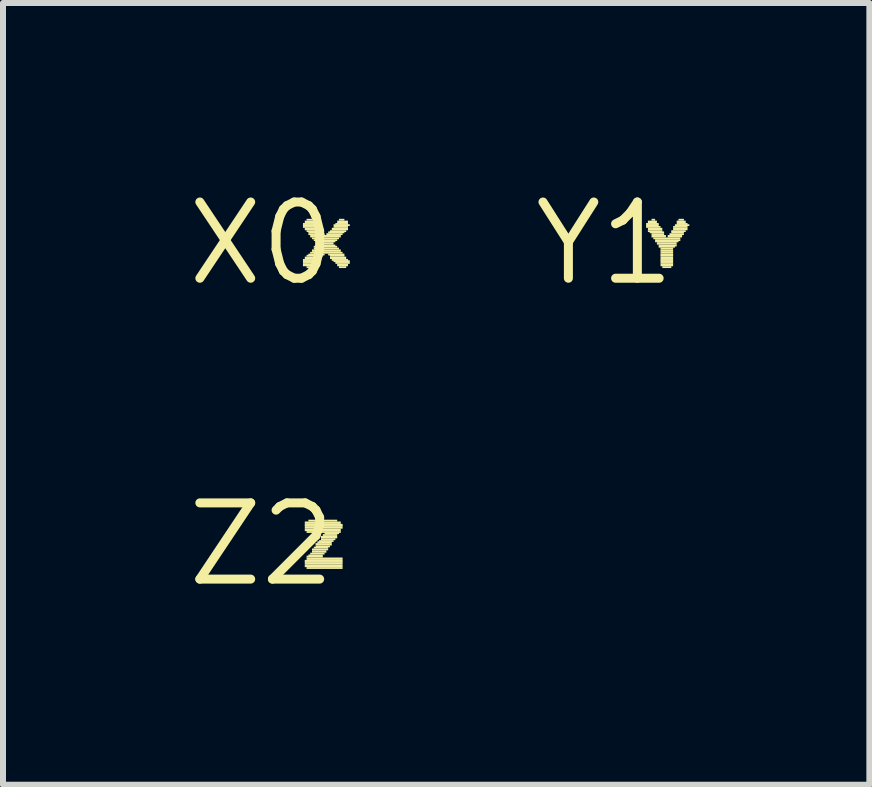
<source format=kicad_pcb>
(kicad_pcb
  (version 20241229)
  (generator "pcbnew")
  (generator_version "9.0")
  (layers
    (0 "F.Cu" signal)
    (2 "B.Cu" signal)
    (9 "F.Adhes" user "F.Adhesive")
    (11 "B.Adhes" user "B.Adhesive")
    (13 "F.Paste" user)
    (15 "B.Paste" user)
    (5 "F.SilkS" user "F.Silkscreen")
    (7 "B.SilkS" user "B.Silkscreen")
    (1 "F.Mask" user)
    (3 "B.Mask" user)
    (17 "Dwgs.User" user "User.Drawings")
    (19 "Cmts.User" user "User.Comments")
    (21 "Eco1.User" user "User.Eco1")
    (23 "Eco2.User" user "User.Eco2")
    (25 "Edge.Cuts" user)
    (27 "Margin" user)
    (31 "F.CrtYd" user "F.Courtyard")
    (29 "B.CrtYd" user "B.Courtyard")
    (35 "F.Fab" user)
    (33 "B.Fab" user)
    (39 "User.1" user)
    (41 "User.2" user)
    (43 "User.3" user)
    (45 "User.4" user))
  (footprint "Z2"
    (layer "F.Cu")
    (at 1.308 6.019)
    (property "Reference" "Z2" (at 0 0 0) (layer "F.SilkS") (effects (font (size 1.27 1.27) (thickness 0.15))))
    (fp_poly (pts (xy 0.72 -0.34) (xy 1.32 -0.34) (xy 1.32 -0.38) (xy 0.72 -0.38)) (stroke (width 0) (type solid)) (fill yes) (layer "F.SilkS"))
    (fp_poly (pts (xy 0.72 -0.31) (xy 1.35 -0.31) (xy 1.35 -0.34) (xy 0.72 -0.34)) (stroke (width 0) (type solid)) (fill yes) (layer "F.SilkS"))
    (fp_poly (pts (xy 0.72 -0.29) (xy 1.35 -0.29) (xy 1.35 -0.32) (xy 0.72 -0.32)) (stroke (width 0) (type solid)) (fill yes) (layer "F.SilkS"))
    (fp_poly (pts (xy 0.72 -0.26) (xy 1.35 -0.26) (xy 1.35 -0.29) (xy 0.72 -0.29)) (stroke (width 0) (type solid)) (fill yes) (layer "F.SilkS"))
    (fp_poly (pts (xy 0.72 -0.22) (xy 1.32 -0.22) (xy 1.32 -0.26) (xy 0.72 -0.26)) (stroke (width 0) (type solid)) (fill yes) (layer "F.SilkS"))
    (fp_poly (pts (xy 0.72 0.29) (xy 1.35 0.29) (xy 1.35 0.26) (xy 0.72 0.26)) (stroke (width 0) (type solid)) (fill yes) (layer "F.SilkS"))
    (fp_poly (pts (xy 0.72 0.31) (xy 1.35 0.31) (xy 1.35 0.28) (xy 0.72 0.28)) (stroke (width 0) (type solid)) (fill yes) (layer "F.SilkS"))
    (fp_poly (pts (xy 0.72 0.34) (xy 1.35 0.34) (xy 1.35 0.31) (xy 0.72 0.31)) (stroke (width 0) (type solid)) (fill yes) (layer "F.SilkS"))
    (fp_poly (pts (xy 0.72 0.38) (xy 1.35 0.38) (xy 1.35 0.34) (xy 0.72 0.34)) (stroke (width 0) (type solid)) (fill yes) (layer "F.SilkS"))
    (fp_poly (pts (xy 0.75 -0.19) (xy 1.32 -0.19) (xy 1.32 -0.22) (xy 0.75 -0.22)) (stroke (width 0) (type solid)) (fill yes) (layer "F.SilkS"))
    (fp_poly (pts (xy 0.75 0.22) (xy 1.02 0.22) (xy 1.02 0.19) (xy 0.75 0.19)) (stroke (width 0) (type solid)) (fill yes) (layer "F.SilkS"))
    (fp_poly (pts (xy 0.75 0.26) (xy 1.35 0.26) (xy 1.35 0.22) (xy 0.75 0.22)) (stroke (width 0) (type solid)) (fill yes) (layer "F.SilkS"))
    (fp_poly (pts (xy 0.75 0.41) (xy 1.35 0.41) (xy 1.35 0.38) (xy 0.75 0.38)) (stroke (width 0) (type solid)) (fill yes) (layer "F.SilkS"))
    (fp_poly (pts (xy 0.78 -0.38) (xy 1.26 -0.38) (xy 1.26 -0.41) (xy 0.78 -0.41)) (stroke (width 0) (type solid)) (fill yes) (layer "F.SilkS"))
    (fp_poly (pts (xy 0.78 0.2) (xy 1.02 0.2) (xy 1.02 0.17) (xy 0.78 0.17)) (stroke (width 0) (type solid)) (fill yes) (layer "F.SilkS"))
    (fp_poly (pts (xy 0.81 0.17) (xy 1.05 0.17) (xy 1.05 0.14) (xy 0.81 0.14)) (stroke (width 0) (type solid)) (fill yes) (layer "F.SilkS"))
    (fp_poly (pts (xy 0.84 0.1) (xy 1.11 0.1) (xy 1.11 0.07) (xy 0.84 0.07)) (stroke (width 0) (type solid)) (fill yes) (layer "F.SilkS"))
    (fp_poly (pts (xy 0.84 0.14) (xy 1.08 0.14) (xy 1.08 0.1) (xy 0.84 0.1)) (stroke (width 0) (type solid)) (fill yes) (layer "F.SilkS"))
    (fp_poly (pts (xy 0.87 0.07) (xy 1.11 0.07) (xy 1.11 0.04) (xy 0.87 0.04)) (stroke (width 0) (type solid)) (fill yes) (layer "F.SilkS"))
    (fp_poly (pts (xy 0.9 0.02) (xy 1.17 0.02) (xy 1.17 -0.02) (xy 0.9 -0.02)) (stroke (width 0) (type solid)) (fill yes) (layer "F.SilkS"))
    (fp_poly (pts (xy 0.9 0.05) (xy 1.14 0.05) (xy 1.14 0.02) (xy 0.9 0.02)) (stroke (width 0) (type solid)) (fill yes) (layer "F.SilkS"))
    (fp_poly (pts (xy 0.93 -0.02) (xy 1.17 -0.02) (xy 1.17 -0.05) (xy 0.93 -0.05)) (stroke (width 0) (type solid)) (fill yes) (layer "F.SilkS"))
    (fp_poly (pts (xy 0.96 -0.04) (xy 1.2 -0.04) (xy 1.2 -0.07) (xy 0.96 -0.07)) (stroke (width 0) (type solid)) (fill yes) (layer "F.SilkS"))
    (fp_poly (pts (xy 0.99 -0.1) (xy 1.26 -0.1) (xy 1.26 -0.14) (xy 0.99 -0.14)) (stroke (width 0) (type solid)) (fill yes) (layer "F.SilkS"))
    (fp_poly (pts (xy 0.99 -0.07) (xy 1.23 -0.07) (xy 1.23 -0.1) (xy 0.99 -0.1)) (stroke (width 0) (type solid)) (fill yes) (layer "F.SilkS"))
    (fp_poly (pts (xy 1.02 -0.14) (xy 1.26 -0.14) (xy 1.26 -0.17) (xy 1.02 -0.17)) (stroke (width 0) (type solid)) (fill yes) (layer "F.SilkS"))
    (fp_poly (pts (xy 1.05 -0.17) (xy 1.29 -0.17) (xy 1.29 -0.2) (xy 1.05 -0.2)) (stroke (width 0) (type solid)) (fill yes) (layer "F.SilkS")))
  (footprint "Y1"
    (layer "F.Cu")
    (at 7.025 1.006)
    (property "Reference" "Y1" (at 0 0 0) (layer "F.SilkS") (effects (font (size 1.27 1.27) (thickness 0.15))))
    (fp_poly (pts (xy 0.69 -0.31) (xy 0.9 -0.31) (xy 0.9 -0.34) (xy 0.69 -0.34)) (stroke (width 0) (type solid)) (fill yes) (layer "F.SilkS"))
    (fp_poly (pts (xy 0.69 -0.29) (xy 0.9 -0.29) (xy 0.9 -0.32) (xy 0.69 -0.32)) (stroke (width 0) (type solid)) (fill yes) (layer "F.SilkS"))
    (fp_poly (pts (xy 0.69 -0.26) (xy 0.93 -0.26) (xy 0.93 -0.29) (xy 0.69 -0.29)) (stroke (width 0) (type solid)) (fill yes) (layer "F.SilkS"))
    (fp_poly (pts (xy 0.72 -0.34) (xy 0.87 -0.34) (xy 0.87 -0.38) (xy 0.72 -0.38)) (stroke (width 0) (type solid)) (fill yes) (layer "F.SilkS"))
    (fp_poly (pts (xy 0.72 -0.22) (xy 0.96 -0.22) (xy 0.96 -0.26) (xy 0.72 -0.26)) (stroke (width 0) (type solid)) (fill yes) (layer "F.SilkS"))
    (fp_poly (pts (xy 0.72 -0.19) (xy 0.96 -0.19) (xy 0.96 -0.22) (xy 0.72 -0.22)) (stroke (width 0) (type solid)) (fill yes) (layer "F.SilkS"))
    (fp_poly (pts (xy 0.75 -0.17) (xy 0.99 -0.17) (xy 0.99 -0.2) (xy 0.75 -0.2)) (stroke (width 0) (type solid)) (fill yes) (layer "F.SilkS"))
    (fp_poly (pts (xy 0.78 -0.38) (xy 0.84 -0.38) (xy 0.84 -0.41) (xy 0.78 -0.41)) (stroke (width 0) (type solid)) (fill yes) (layer "F.SilkS"))
    (fp_poly (pts (xy 0.78 -0.14) (xy 0.99 -0.14) (xy 0.99 -0.17) (xy 0.78 -0.17)) (stroke (width 0) (type solid)) (fill yes) (layer "F.SilkS"))
    (fp_poly (pts (xy 0.78 -0.1) (xy 1.02 -0.1) (xy 1.02 -0.14) (xy 0.78 -0.14)) (stroke (width 0) (type solid)) (fill yes) (layer "F.SilkS"))
    (fp_poly (pts (xy 0.81 -0.07) (xy 1.26 -0.07) (xy 1.26 -0.1) (xy 0.81 -0.1)) (stroke (width 0) (type solid)) (fill yes) (layer "F.SilkS"))
    (fp_poly (pts (xy 0.84 -0.04) (xy 1.26 -0.04) (xy 1.26 -0.07) (xy 0.84 -0.07)) (stroke (width 0) (type solid)) (fill yes) (layer "F.SilkS"))
    (fp_poly (pts (xy 0.84 -0.02) (xy 1.23 -0.02) (xy 1.23 -0.05) (xy 0.84 -0.05)) (stroke (width 0) (type solid)) (fill yes) (layer "F.SilkS"))
    (fp_poly (pts (xy 0.87 0.02) (xy 1.2 0.02) (xy 1.2 -0.02) (xy 0.87 -0.02)) (stroke (width 0) (type solid)) (fill yes) (layer "F.SilkS"))
    (fp_poly (pts (xy 0.9 0.05) (xy 1.2 0.05) (xy 1.2 0.02) (xy 0.9 0.02)) (stroke (width 0) (type solid)) (fill yes) (layer "F.SilkS"))
    (fp_poly (pts (xy 0.9 0.07) (xy 1.17 0.07) (xy 1.17 0.04) (xy 0.9 0.04)) (stroke (width 0) (type solid)) (fill yes) (layer "F.SilkS"))
    (fp_poly (pts (xy 0.93 0.1) (xy 1.14 0.1) (xy 1.14 0.07) (xy 0.93 0.07)) (stroke (width 0) (type solid)) (fill yes) (layer "F.SilkS"))
    (fp_poly (pts (xy 0.93 0.14) (xy 1.14 0.14) (xy 1.14 0.1) (xy 0.93 0.1)) (stroke (width 0) (type solid)) (fill yes) (layer "F.SilkS"))
    (fp_poly (pts (xy 0.93 0.17) (xy 1.14 0.17) (xy 1.14 0.14) (xy 0.93 0.14)) (stroke (width 0) (type solid)) (fill yes) (layer "F.SilkS"))
    (fp_poly (pts (xy 0.93 0.2) (xy 1.14 0.2) (xy 1.14 0.17) (xy 0.93 0.17)) (stroke (width 0) (type solid)) (fill yes) (layer "F.SilkS"))
    (fp_poly (pts (xy 0.93 0.22) (xy 1.14 0.22) (xy 1.14 0.19) (xy 0.93 0.19)) (stroke (width 0) (type solid)) (fill yes) (layer "F.SilkS"))
    (fp_poly (pts (xy 0.93 0.26) (xy 1.14 0.26) (xy 1.14 0.22) (xy 0.93 0.22)) (stroke (width 0) (type solid)) (fill yes) (layer "F.SilkS"))
    (fp_poly (pts (xy 0.93 0.29) (xy 1.14 0.29) (xy 1.14 0.26) (xy 0.93 0.26)) (stroke (width 0) (type solid)) (fill yes) (layer "F.SilkS"))
    (fp_poly (pts (xy 0.93 0.31) (xy 1.14 0.31) (xy 1.14 0.28) (xy 0.93 0.28)) (stroke (width 0) (type solid)) (fill yes) (layer "F.SilkS"))
    (fp_poly (pts (xy 0.93 0.34) (xy 1.14 0.34) (xy 1.14 0.31) (xy 0.93 0.31)) (stroke (width 0) (type solid)) (fill yes) (layer "F.SilkS"))
    (fp_poly (pts (xy 0.93 0.38) (xy 1.14 0.38) (xy 1.14 0.34) (xy 0.93 0.34)) (stroke (width 0) (type solid)) (fill yes) (layer "F.SilkS"))
    (fp_poly (pts (xy 0.96 0.41) (xy 1.11 0.41) (xy 1.11 0.38) (xy 0.96 0.38)) (stroke (width 0) (type solid)) (fill yes) (layer "F.SilkS"))
    (fp_poly (pts (xy 1.05 -0.1) (xy 1.29 -0.1) (xy 1.29 -0.14) (xy 1.05 -0.14)) (stroke (width 0) (type solid)) (fill yes) (layer "F.SilkS"))
    (fp_poly (pts (xy 1.08 -0.14) (xy 1.32 -0.14) (xy 1.32 -0.17) (xy 1.08 -0.17)) (stroke (width 0) (type solid)) (fill yes) (layer "F.SilkS"))
    (fp_poly (pts (xy 1.11 -0.19) (xy 1.35 -0.19) (xy 1.35 -0.22) (xy 1.11 -0.22)) (stroke (width 0) (type solid)) (fill yes) (layer "F.SilkS"))
    (fp_poly (pts (xy 1.11 -0.17) (xy 1.32 -0.17) (xy 1.32 -0.2) (xy 1.11 -0.2)) (stroke (width 0) (type solid)) (fill yes) (layer "F.SilkS"))
    (fp_poly (pts (xy 1.14 -0.26) (xy 1.38 -0.26) (xy 1.38 -0.29) (xy 1.14 -0.29)) (stroke (width 0) (type solid)) (fill yes) (layer "F.SilkS"))
    (fp_poly (pts (xy 1.14 -0.22) (xy 1.38 -0.22) (xy 1.38 -0.26) (xy 1.14 -0.26)) (stroke (width 0) (type solid)) (fill yes) (layer "F.SilkS"))
    (fp_poly (pts (xy 1.17 -0.29) (xy 1.41 -0.29) (xy 1.41 -0.32) (xy 1.17 -0.32)) (stroke (width 0) (type solid)) (fill yes) (layer "F.SilkS"))
    (fp_poly (pts (xy 1.2 -0.34) (xy 1.35 -0.34) (xy 1.35 -0.38) (xy 1.2 -0.38)) (stroke (width 0) (type solid)) (fill yes) (layer "F.SilkS"))
    (fp_poly (pts (xy 1.2 -0.31) (xy 1.38 -0.31) (xy 1.38 -0.34) (xy 1.2 -0.34)) (stroke (width 0) (type solid)) (fill yes) (layer "F.SilkS"))
    (fp_poly (pts (xy 1.23 -0.38) (xy 1.32 -0.38) (xy 1.32 -0.41) (xy 1.23 -0.41)) (stroke (width 0) (type solid)) (fill yes) (layer "F.SilkS")))
  (footprint "X0"
    (layer "F.Cu")
    (at 1.308 1.006)
    (property "Reference" "X0" (at 0 0 0) (layer "F.SilkS") (effects (font (size 1.27 1.27) (thickness 0.15))))
    (fp_poly (pts (xy 0.69 -0.31) (xy 0.9 -0.31) (xy 0.9 -0.34) (xy 0.69 -0.34)) (stroke (width 0) (type solid)) (fill yes) (layer "F.SilkS"))
    (fp_poly (pts (xy 0.69 -0.29) (xy 0.93 -0.29) (xy 0.93 -0.32) (xy 0.69 -0.32)) (stroke (width 0) (type solid)) (fill yes) (layer "F.SilkS"))
    (fp_poly (pts (xy 0.69 -0.26) (xy 0.96 -0.26) (xy 0.96 -0.29) (xy 0.69 -0.29)) (stroke (width 0) (type solid)) (fill yes) (layer "F.SilkS"))
    (fp_poly (pts (xy 0.69 0.29) (xy 0.96 0.29) (xy 0.96 0.26) (xy 0.69 0.26)) (stroke (width 0) (type solid)) (fill yes) (layer "F.SilkS"))
    (fp_poly (pts (xy 0.69 0.31) (xy 0.93 0.31) (xy 0.93 0.28) (xy 0.69 0.28)) (stroke (width 0) (type solid)) (fill yes) (layer "F.SilkS"))
    (fp_poly (pts (xy 0.69 0.34) (xy 0.9 0.34) (xy 0.9 0.31) (xy 0.69 0.31)) (stroke (width 0) (type solid)) (fill yes) (layer "F.SilkS"))
    (fp_poly (pts (xy 0.69 0.38) (xy 0.87 0.38) (xy 0.87 0.34) (xy 0.69 0.34)) (stroke (width 0) (type solid)) (fill yes) (layer "F.SilkS"))
    (fp_poly (pts (xy 0.72 -0.34) (xy 0.87 -0.34) (xy 0.87 -0.38) (xy 0.72 -0.38)) (stroke (width 0) (type solid)) (fill yes) (layer "F.SilkS"))
    (fp_poly (pts (xy 0.72 -0.22) (xy 0.99 -0.22) (xy 0.99 -0.26) (xy 0.72 -0.26)) (stroke (width 0) (type solid)) (fill yes) (layer "F.SilkS"))
    (fp_poly (pts (xy 0.72 0.26) (xy 0.99 0.26) (xy 0.99 0.22) (xy 0.72 0.22)) (stroke (width 0) (type solid)) (fill yes) (layer "F.SilkS"))
    (fp_poly (pts (xy 0.75 -0.38) (xy 0.84 -0.38) (xy 0.84 -0.41) (xy 0.75 -0.41)) (stroke (width 0) (type solid)) (fill yes) (layer "F.SilkS"))
    (fp_poly (pts (xy 0.75 -0.19) (xy 1.02 -0.19) (xy 1.02 -0.22) (xy 0.75 -0.22)) (stroke (width 0) (type solid)) (fill yes) (layer "F.SilkS"))
    (fp_poly (pts (xy 0.75 0.22) (xy 1.02 0.22) (xy 1.02 0.19) (xy 0.75 0.19)) (stroke (width 0) (type solid)) (fill yes) (layer "F.SilkS"))
    (fp_poly (pts (xy 0.75 0.41) (xy 0.84 0.41) (xy 0.84 0.38) (xy 0.75 0.38)) (stroke (width 0) (type solid)) (fill yes) (layer "F.SilkS"))
    (fp_poly (pts (xy 0.78 -0.17) (xy 1.02 -0.17) (xy 1.02 -0.2) (xy 0.78 -0.2)) (stroke (width 0) (type solid)) (fill yes) (layer "F.SilkS"))
    (fp_poly (pts (xy 0.78 -0.14) (xy 1.05 -0.14) (xy 1.05 -0.17) (xy 0.78 -0.17)) (stroke (width 0) (type solid)) (fill yes) (layer "F.SilkS"))
    (fp_poly (pts (xy 0.78 0.2) (xy 1.05 0.2) (xy 1.05 0.17) (xy 0.78 0.17)) (stroke (width 0) (type solid)) (fill yes) (layer "F.SilkS"))
    (fp_poly (pts (xy 0.81 -0.1) (xy 1.32 -0.1) (xy 1.32 -0.14) (xy 0.81 -0.14)) (stroke (width 0) (type solid)) (fill yes) (layer "F.SilkS"))
    (fp_poly (pts (xy 0.81 0.17) (xy 1.35 0.17) (xy 1.35 0.14) (xy 0.81 0.14)) (stroke (width 0) (type solid)) (fill yes) (layer "F.SilkS"))
    (fp_poly (pts (xy 0.84 -0.07) (xy 1.29 -0.07) (xy 1.29 -0.1) (xy 0.84 -0.1)) (stroke (width 0) (type solid)) (fill yes) (layer "F.SilkS"))
    (fp_poly (pts (xy 0.84 0.14) (xy 1.32 0.14) (xy 1.32 0.1) (xy 0.84 0.1)) (stroke (width 0) (type solid)) (fill yes) (layer "F.SilkS"))
    (fp_poly (pts (xy 0.87 -0.04) (xy 1.26 -0.04) (xy 1.26 -0.07) (xy 0.87 -0.07)) (stroke (width 0) (type solid)) (fill yes) (layer "F.SilkS"))
    (fp_poly (pts (xy 0.87 0.07) (xy 1.26 0.07) (xy 1.26 0.04) (xy 0.87 0.04)) (stroke (width 0) (type solid)) (fill yes) (layer "F.SilkS"))
    (fp_poly (pts (xy 0.87 0.1) (xy 1.29 0.1) (xy 1.29 0.07) (xy 0.87 0.07)) (stroke (width 0) (type solid)) (fill yes) (layer "F.SilkS"))
    (fp_poly (pts (xy 0.9 -0.02) (xy 1.23 -0.02) (xy 1.23 -0.05) (xy 0.9 -0.05)) (stroke (width 0) (type solid)) (fill yes) (layer "F.SilkS"))
    (fp_poly (pts (xy 0.9 0.05) (xy 1.23 0.05) (xy 1.23 0.02) (xy 0.9 0.02)) (stroke (width 0) (type solid)) (fill yes) (layer "F.SilkS"))
    (fp_poly (pts (xy 0.93 0.02) (xy 1.2 0.02) (xy 1.2 -0.02) (xy 0.93 -0.02)) (stroke (width 0) (type solid)) (fill yes) (layer "F.SilkS"))
    (fp_poly (pts (xy 1.08 -0.14) (xy 1.35 -0.14) (xy 1.35 -0.17) (xy 1.08 -0.17)) (stroke (width 0) (type solid)) (fill yes) (layer "F.SilkS"))
    (fp_poly (pts (xy 1.11 -0.17) (xy 1.38 -0.17) (xy 1.38 -0.2) (xy 1.11 -0.2)) (stroke (width 0) (type solid)) (fill yes) (layer "F.SilkS"))
    (fp_poly (pts (xy 1.11 0.2) (xy 1.38 0.2) (xy 1.38 0.17) (xy 1.11 0.17)) (stroke (width 0) (type solid)) (fill yes) (layer "F.SilkS"))
    (fp_poly (pts (xy 1.14 -0.19) (xy 1.41 -0.19) (xy 1.41 -0.22) (xy 1.14 -0.22)) (stroke (width 0) (type solid)) (fill yes) (layer "F.SilkS"))
    (fp_poly (pts (xy 1.14 0.22) (xy 1.38 0.22) (xy 1.38 0.19) (xy 1.14 0.19)) (stroke (width 0) (type solid)) (fill yes) (layer "F.SilkS"))
    (fp_poly (pts (xy 1.14 0.26) (xy 1.41 0.26) (xy 1.41 0.22) (xy 1.14 0.22)) (stroke (width 0) (type solid)) (fill yes) (layer "F.SilkS"))
    (fp_poly (pts (xy 1.17 -0.22) (xy 1.44 -0.22) (xy 1.44 -0.26) (xy 1.17 -0.26)) (stroke (width 0) (type solid)) (fill yes) (layer "F.SilkS"))
    (fp_poly (pts (xy 1.17 0.29) (xy 1.44 0.29) (xy 1.44 0.26) (xy 1.17 0.26)) (stroke (width 0) (type solid)) (fill yes) (layer "F.SilkS"))
    (fp_poly (pts (xy 1.2 -0.29) (xy 1.47 -0.29) (xy 1.47 -0.32) (xy 1.2 -0.32)) (stroke (width 0) (type solid)) (fill yes) (layer "F.SilkS"))
    (fp_poly (pts (xy 1.2 -0.26) (xy 1.44 -0.26) (xy 1.44 -0.29) (xy 1.2 -0.29)) (stroke (width 0) (type solid)) (fill yes) (layer "F.SilkS"))
    (fp_poly (pts (xy 1.2 0.31) (xy 1.47 0.31) (xy 1.47 0.28) (xy 1.2 0.28)) (stroke (width 0) (type solid)) (fill yes) (layer "F.SilkS"))
    (fp_poly (pts (xy 1.23 -0.31) (xy 1.44 -0.31) (xy 1.44 -0.34) (xy 1.23 -0.34)) (stroke (width 0) (type solid)) (fill yes) (layer "F.SilkS"))
    (fp_poly (pts (xy 1.23 0.34) (xy 1.47 0.34) (xy 1.47 0.31) (xy 1.23 0.31)) (stroke (width 0) (type solid)) (fill yes) (layer "F.SilkS"))
    (fp_poly (pts (xy 1.26 -0.34) (xy 1.44 -0.34) (xy 1.44 -0.38) (xy 1.26 -0.38)) (stroke (width 0) (type solid)) (fill yes) (layer "F.SilkS"))
    (fp_poly (pts (xy 1.26 0.38) (xy 1.44 0.38) (xy 1.44 0.34) (xy 1.26 0.34)) (stroke (width 0) (type solid)) (fill yes) (layer "F.SilkS"))
    (fp_poly (pts (xy 1.29 -0.38) (xy 1.38 -0.38) (xy 1.38 -0.41) (xy 1.29 -0.41)) (stroke (width 0) (type solid)) (fill yes) (layer "F.SilkS"))
    (fp_poly (pts (xy 1.29 0.41) (xy 1.41 0.41) (xy 1.41 0.38) (xy 1.29 0.38)) (stroke (width 0) (type solid)) (fill yes) (layer "F.SilkS")))
  (gr_rect
    (start -3 -3)
    (end 11.435 10.025)
    (stroke (width 0.1) (type default))
    (fill no)
    (layer "Edge.Cuts")))
</source>
